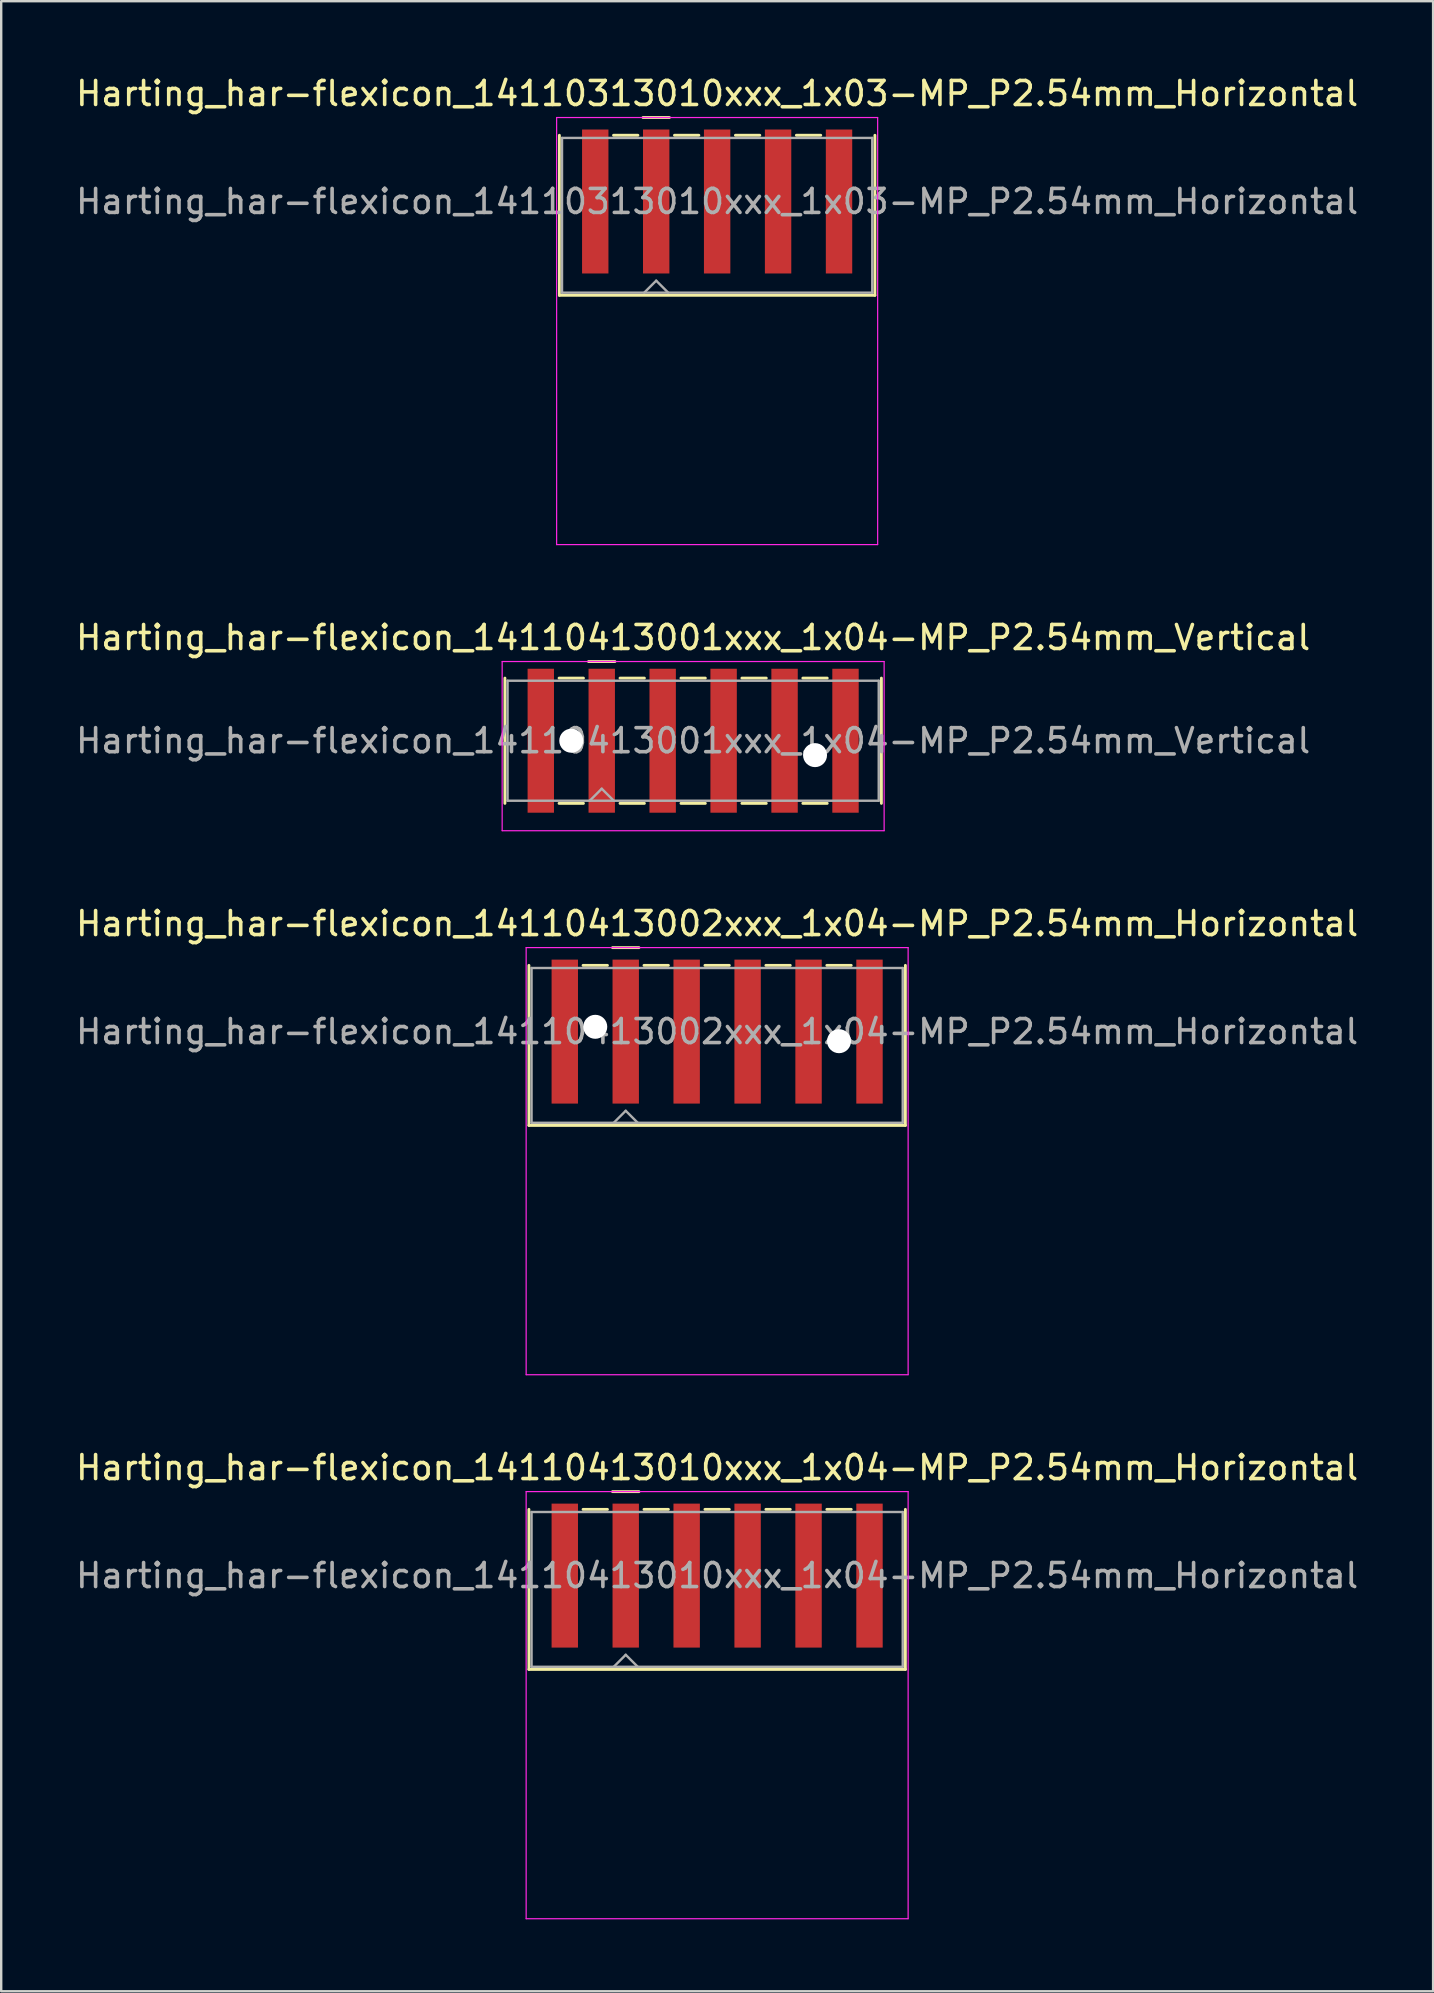
<source format=kicad_pcb>
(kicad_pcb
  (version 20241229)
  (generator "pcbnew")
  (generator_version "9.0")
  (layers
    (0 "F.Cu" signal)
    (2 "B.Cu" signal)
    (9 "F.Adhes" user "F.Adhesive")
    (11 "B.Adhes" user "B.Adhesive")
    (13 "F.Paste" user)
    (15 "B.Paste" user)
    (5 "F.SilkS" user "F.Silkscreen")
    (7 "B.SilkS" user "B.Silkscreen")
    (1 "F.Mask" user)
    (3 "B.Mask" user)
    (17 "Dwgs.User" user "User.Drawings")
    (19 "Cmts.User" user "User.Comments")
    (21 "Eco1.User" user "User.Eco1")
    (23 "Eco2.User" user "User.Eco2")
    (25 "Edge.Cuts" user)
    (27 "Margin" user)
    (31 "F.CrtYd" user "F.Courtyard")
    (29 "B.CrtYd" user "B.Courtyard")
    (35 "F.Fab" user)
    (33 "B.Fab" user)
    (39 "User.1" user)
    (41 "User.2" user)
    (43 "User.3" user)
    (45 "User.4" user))
  (footprint "Harting_har-flexicon_14110413010xxx_1x04-MP_P2.54mm_Horizontal"
    (layer "F.Cu")
    (at 26.839 63.918)
    (property "Reference" "Harting_har-flexicon_14110413010xxx_1x04-MP_P2.54mm_Horizontal" (at 0 -5.8 0) (layer "F.SilkS") (effects (font (size 1 1) (thickness 0.15))))
    (attr smd)
    (fp_line (start -7.845 -4.06) (end -7.845 2.61) (stroke (width 0.12) (type solid)) (layer "F.SilkS"))
    (fp_line (start -5.588 -4.06) (end -4.572 -4.06) (stroke (width 0.12) (type solid)) (layer "F.SilkS"))
    (fp_line (start -4.36 -4.8) (end -3.26 -4.8) (stroke (width 0.12) (type solid)) (layer "F.SilkS"))
    (fp_line (start -3.048 -4.06) (end -2.032 -4.06) (stroke (width 0.12) (type solid)) (layer "F.SilkS"))
    (fp_line (start -0.508 -4.06) (end 0.508 -4.06) (stroke (width 0.12) (type solid)) (layer "F.SilkS"))
    (fp_line (start 2.032 -4.06) (end 3.048 -4.06) (stroke (width 0.12) (type solid)) (layer "F.SilkS"))
    (fp_line (start 4.572 -4.06) (end 5.588 -4.06) (stroke (width 0.12) (type solid)) (layer "F.SilkS"))
    (fp_line (start 7.845 -4.06) (end 7.845 2.61) (stroke (width 0.12) (type solid)) (layer "F.SilkS"))
    (fp_line (start 7.845 2.61) (end -7.845 2.61) (stroke (width 0.12) (type solid)) (layer "F.SilkS"))
    (fp_line (start -7.96 -4.8) (end -7.96 13) (stroke (width 0.05) (type solid)) (layer "F.CrtYd"))
    (fp_line (start -7.96 13) (end 7.96 13) (stroke (width 0.05) (type solid)) (layer "F.CrtYd"))
    (fp_line (start 7.96 -4.8) (end -7.96 -4.8) (stroke (width 0.05) (type solid)) (layer "F.CrtYd"))
    (fp_line (start 7.96 13) (end 7.96 -4.8) (stroke (width 0.05) (type solid)) (layer "F.CrtYd"))
    (fp_line (start -7.735 -3.95) (end -7.735 2.5) (stroke (width 0.1) (type solid)) (layer "F.Fab"))
    (fp_line (start -7.735 2.5) (end 7.735 2.5) (stroke (width 0.1) (type solid)) (layer "F.Fab"))
    (fp_line (start -4.31 2.5) (end -3.81 2) (stroke (width 0.1) (type solid)) (layer "F.Fab"))
    (fp_line (start -3.81 2) (end -3.31 2.5) (stroke (width 0.1) (type solid)) (layer "F.Fab"))
    (fp_line (start 7.735 -3.95) (end -7.735 -3.95) (stroke (width 0.1) (type solid)) (layer "F.Fab"))
    (fp_line (start 7.735 2.5) (end 7.735 -3.95) (stroke (width 0.1) (type solid)) (layer "F.Fab"))
    (fp_text user "${REFERENCE}" (at 0 -1.3 0) (layer "F.Fab") (effects (font (size 1 1) (thickness 0.15))))
    (pad "1" smd rect (at -3.81 -1.3) (size 1.1 6) (layers "F.Cu" "F.Mask" "F.Paste"))
    (pad "2" smd rect (at -1.27 -1.3) (size 1.1 6) (layers "F.Cu" "F.Mask" "F.Paste"))
    (pad "3" smd rect (at 1.27 -1.3) (size 1.1 6) (layers "F.Cu" "F.Mask" "F.Paste"))
    (pad "4" smd rect (at 3.81 -1.3) (size 1.1 6) (layers "F.Cu" "F.Mask" "F.Paste"))
    (pad "MP" smd rect (at -6.35 -1.3) (size 1.1 6) (layers "F.Cu" "F.Mask" "F.Paste"))
    (pad "MP" smd rect (at 6.35 -1.3) (size 1.1 6) (layers "F.Cu" "F.Mask" "F.Paste")))
  (footprint "Harting_har-flexicon_14110313010xxx_1x03-MP_P2.54mm_Horizontal"
    (layer "F.Cu")
    (at 26.839 6.648)
    (property "Reference" "Harting_har-flexicon_14110313010xxx_1x03-MP_P2.54mm_Horizontal" (at 0 -5.8 0) (layer "F.SilkS") (effects (font (size 1 1) (thickness 0.15))))
    (attr smd)
    (fp_line (start -6.575 -4.06) (end -6.575 2.61) (stroke (width 0.12) (type solid)) (layer "F.SilkS"))
    (fp_line (start -4.318 -4.06) (end -3.302 -4.06) (stroke (width 0.12) (type solid)) (layer "F.SilkS"))
    (fp_line (start -3.09 -4.8) (end -1.99 -4.8) (stroke (width 0.12) (type solid)) (layer "F.SilkS"))
    (fp_line (start -1.778 -4.06) (end -0.762 -4.06) (stroke (width 0.12) (type solid)) (layer "F.SilkS"))
    (fp_line (start 0.762 -4.06) (end 1.778 -4.06) (stroke (width 0.12) (type solid)) (layer "F.SilkS"))
    (fp_line (start 3.302 -4.06) (end 4.318 -4.06) (stroke (width 0.12) (type solid)) (layer "F.SilkS"))
    (fp_line (start 6.575 -4.06) (end 6.575 2.61) (stroke (width 0.12) (type solid)) (layer "F.SilkS"))
    (fp_line (start 6.575 2.61) (end -6.575 2.61) (stroke (width 0.12) (type solid)) (layer "F.SilkS"))
    (fp_line (start -6.69 -4.8) (end -6.69 13) (stroke (width 0.05) (type solid)) (layer "F.CrtYd"))
    (fp_line (start -6.69 13) (end 6.69 13) (stroke (width 0.05) (type solid)) (layer "F.CrtYd"))
    (fp_line (start 6.69 -4.8) (end -6.69 -4.8) (stroke (width 0.05) (type solid)) (layer "F.CrtYd"))
    (fp_line (start 6.69 13) (end 6.69 -4.8) (stroke (width 0.05) (type solid)) (layer "F.CrtYd"))
    (fp_line (start -6.465 -3.95) (end -6.465 2.5) (stroke (width 0.1) (type solid)) (layer "F.Fab"))
    (fp_line (start -6.465 2.5) (end 6.465 2.5) (stroke (width 0.1) (type solid)) (layer "F.Fab"))
    (fp_line (start -3.04 2.5) (end -2.54 2) (stroke (width 0.1) (type solid)) (layer "F.Fab"))
    (fp_line (start -2.54 2) (end -2.04 2.5) (stroke (width 0.1) (type solid)) (layer "F.Fab"))
    (fp_line (start 6.465 -3.95) (end -6.465 -3.95) (stroke (width 0.1) (type solid)) (layer "F.Fab"))
    (fp_line (start 6.465 2.5) (end 6.465 -3.95) (stroke (width 0.1) (type solid)) (layer "F.Fab"))
    (fp_text user "${REFERENCE}" (at 0 -1.3 0) (layer "F.Fab") (effects (font (size 1 1) (thickness 0.15))))
    (pad "1" smd rect (at -2.54 -1.3) (size 1.1 6) (layers "F.Cu" "F.Mask" "F.Paste"))
    (pad "2" smd rect (at 0 -1.3) (size 1.1 6) (layers "F.Cu" "F.Mask" "F.Paste"))
    (pad "3" smd rect (at 2.54 -1.3) (size 1.1 6) (layers "F.Cu" "F.Mask" "F.Paste"))
    (pad "MP" smd rect (at -5.08 -1.3) (size 1.1 6) (layers "F.Cu" "F.Mask" "F.Paste"))
    (pad "MP" smd rect (at 5.08 -1.3) (size 1.1 6) (layers "F.Cu" "F.Mask" "F.Paste")))
  (footprint "Harting_har-flexicon_14110413002xxx_1x04-MP_P2.54mm_Horizontal"
    (layer "F.Cu")
    (at 26.839 41.245)
    (property "Reference" "Harting_har-flexicon_14110413002xxx_1x04-MP_P2.54mm_Horizontal" (at 0 -5.8 0) (layer "F.SilkS") (effects (font (size 1 1) (thickness 0.15))))
    (attr smd)
    (fp_line (start -7.845 -4.06) (end -7.845 2.61) (stroke (width 0.12) (type solid)) (layer "F.SilkS"))
    (fp_line (start -5.588 -4.06) (end -4.572 -4.06) (stroke (width 0.12) (type solid)) (layer "F.SilkS"))
    (fp_line (start -4.36 -4.8) (end -3.26 -4.8) (stroke (width 0.12) (type solid)) (layer "F.SilkS"))
    (fp_line (start -3.048 -4.06) (end -2.032 -4.06) (stroke (width 0.12) (type solid)) (layer "F.SilkS"))
    (fp_line (start -0.508 -4.06) (end 0.508 -4.06) (stroke (width 0.12) (type solid)) (layer "F.SilkS"))
    (fp_line (start 2.032 -4.06) (end 3.048 -4.06) (stroke (width 0.12) (type solid)) (layer "F.SilkS"))
    (fp_line (start 4.572 -4.06) (end 5.588 -4.06) (stroke (width 0.12) (type solid)) (layer "F.SilkS"))
    (fp_line (start 7.845 -4.06) (end 7.845 2.61) (stroke (width 0.12) (type solid)) (layer "F.SilkS"))
    (fp_line (start 7.845 2.61) (end -7.845 2.61) (stroke (width 0.12) (type solid)) (layer "F.SilkS"))
    (fp_line (start -7.96 -4.8) (end -7.96 13) (stroke (width 0.05) (type solid)) (layer "F.CrtYd"))
    (fp_line (start -7.96 13) (end 7.96 13) (stroke (width 0.05) (type solid)) (layer "F.CrtYd"))
    (fp_line (start 7.96 -4.8) (end -7.96 -4.8) (stroke (width 0.05) (type solid)) (layer "F.CrtYd"))
    (fp_line (start 7.96 13) (end 7.96 -4.8) (stroke (width 0.05) (type solid)) (layer "F.CrtYd"))
    (fp_line (start -7.735 -3.95) (end -7.735 2.5) (stroke (width 0.1) (type solid)) (layer "F.Fab"))
    (fp_line (start -7.735 2.5) (end 7.735 2.5) (stroke (width 0.1) (type solid)) (layer "F.Fab"))
    (fp_line (start -4.31 2.5) (end -3.81 2) (stroke (width 0.1) (type solid)) (layer "F.Fab"))
    (fp_line (start -3.81 2) (end -3.31 2.5) (stroke (width 0.1) (type solid)) (layer "F.Fab"))
    (fp_line (start 7.735 -3.95) (end -7.735 -3.95) (stroke (width 0.1) (type solid)) (layer "F.Fab"))
    (fp_line (start 7.735 2.5) (end 7.735 -3.95) (stroke (width 0.1) (type solid)) (layer "F.Fab"))
    (fp_text user "${REFERENCE}" (at 0 -1.3 0) (layer "F.Fab") (effects (font (size 1 1) (thickness 0.15))))
    (pad "" np_thru_hole circle (at -5.08 -1.5) (size 1 1) (drill 1) (layers "*.Cu" "*.Mask"))
    (pad "" np_thru_hole circle (at 5.08 -0.9) (size 1 1) (drill 1) (layers "*.Cu" "*.Mask"))
    (pad "1" smd rect (at -3.81 -1.3) (size 1.1 6) (layers "F.Cu" "F.Mask" "F.Paste"))
    (pad "2" smd rect (at -1.27 -1.3) (size 1.1 6) (layers "F.Cu" "F.Mask" "F.Paste"))
    (pad "3" smd rect (at 1.27 -1.3) (size 1.1 6) (layers "F.Cu" "F.Mask" "F.Paste"))
    (pad "4" smd rect (at 3.81 -1.3) (size 1.1 6) (layers "F.Cu" "F.Mask" "F.Paste"))
    (pad "MP" smd rect (at -6.35 -1.3) (size 1.1 6) (layers "F.Cu" "F.Mask" "F.Paste"))
    (pad "MP" smd rect (at 6.35 -1.3) (size 1.1 6) (layers "F.Cu" "F.Mask" "F.Paste")))
  (footprint "Harting_har-flexicon_14110413001xxx_1x04-MP_P2.54mm_Vertical"
    (layer "F.Cu")
    (at 25.839 27.822)
    (property "Reference" "Harting_har-flexicon_14110413001xxx_1x04-MP_P2.54mm_Vertical" (at 0 -4.3 0) (layer "F.SilkS") (effects (font (size 1 1) (thickness 0.15))))
    (attr smd)
    (fp_line (start -7.845 -2.61) (end -7.845 2.61) (stroke (width 0.12) (type solid)) (layer "F.SilkS"))
    (fp_line (start -5.588 -2.61) (end -4.572 -2.61) (stroke (width 0.12) (type solid)) (layer "F.SilkS"))
    (fp_line (start -5.588 2.61) (end -4.572 2.61) (stroke (width 0.12) (type solid)) (layer "F.SilkS"))
    (fp_line (start -4.36 -3.3) (end -3.26 -3.3) (stroke (width 0.12) (type solid)) (layer "F.SilkS"))
    (fp_line (start -3.048 -2.61) (end -2.032 -2.61) (stroke (width 0.12) (type solid)) (layer "F.SilkS"))
    (fp_line (start -3.048 2.61) (end -2.032 2.61) (stroke (width 0.12) (type solid)) (layer "F.SilkS"))
    (fp_line (start -0.508 -2.61) (end 0.508 -2.61) (stroke (width 0.12) (type solid)) (layer "F.SilkS"))
    (fp_line (start -0.508 2.61) (end 0.508 2.61) (stroke (width 0.12) (type solid)) (layer "F.SilkS"))
    (fp_line (start 2.032 -2.61) (end 3.048 -2.61) (stroke (width 0.12) (type solid)) (layer "F.SilkS"))
    (fp_line (start 2.032 2.61) (end 3.048 2.61) (stroke (width 0.12) (type solid)) (layer "F.SilkS"))
    (fp_line (start 4.572 -2.61) (end 5.588 -2.61) (stroke (width 0.12) (type solid)) (layer "F.SilkS"))
    (fp_line (start 4.572 2.61) (end 5.588 2.61) (stroke (width 0.12) (type solid)) (layer "F.SilkS"))
    (fp_line (start 7.845 -2.61) (end 7.845 2.61) (stroke (width 0.12) (type solid)) (layer "F.SilkS"))
    (fp_line (start -7.96 -3.3) (end -7.96 3.75) (stroke (width 0.05) (type solid)) (layer "F.CrtYd"))
    (fp_line (start -7.96 3.75) (end 7.96 3.75) (stroke (width 0.05) (type solid)) (layer "F.CrtYd"))
    (fp_line (start 7.96 -3.3) (end -7.96 -3.3) (stroke (width 0.05) (type solid)) (layer "F.CrtYd"))
    (fp_line (start 7.96 3.75) (end 7.96 -3.3) (stroke (width 0.05) (type solid)) (layer "F.CrtYd"))
    (fp_line (start -7.735 -2.5) (end -7.735 2.5) (stroke (width 0.1) (type solid)) (layer "F.Fab"))
    (fp_line (start -7.735 2.5) (end 7.735 2.5) (stroke (width 0.1) (type solid)) (layer "F.Fab"))
    (fp_line (start -4.31 2.5) (end -3.81 2) (stroke (width 0.1) (type solid)) (layer "F.Fab"))
    (fp_line (start -3.81 2) (end -3.31 2.5) (stroke (width 0.1) (type solid)) (layer "F.Fab"))
    (fp_line (start 7.735 -2.5) (end -7.735 -2.5) (stroke (width 0.1) (type solid)) (layer "F.Fab"))
    (fp_line (start 7.735 2.5) (end 7.735 -2.5) (stroke (width 0.1) (type solid)) (layer "F.Fab"))
    (fp_text user "${REFERENCE}" (at 0 0 0) (layer "F.Fab") (effects (font (size 1 1) (thickness 0.15))))
    (pad "" np_thru_hole circle (at -5.08 0) (size 1 1) (drill 1) (layers "*.Cu" "*.Mask"))
    (pad "" np_thru_hole circle (at 5.08 0.6) (size 1 1) (drill 1) (layers "*.Cu" "*.Mask"))
    (pad "1" smd rect (at -3.81 0) (size 1.1 6) (layers "F.Cu" "F.Mask" "F.Paste"))
    (pad "2" smd rect (at -1.27 0) (size 1.1 6) (layers "F.Cu" "F.Mask" "F.Paste"))
    (pad "3" smd rect (at 1.27 0) (size 1.1 6) (layers "F.Cu" "F.Mask" "F.Paste"))
    (pad "4" smd rect (at 3.81 0) (size 1.1 6) (layers "F.Cu" "F.Mask" "F.Paste"))
    (pad "MP" smd rect (at -6.35 0) (size 1.1 6) (layers "F.Cu" "F.Mask" "F.Paste"))
    (pad "MP" smd rect (at 6.35 0) (size 1.1 6) (layers "F.Cu" "F.Mask" "F.Paste")))
  (gr_rect
    (start -3 -3)
    (end 56.679 79.943)
    (stroke (width 0.1) (type default))
    (fill no)
    (layer "Edge.Cuts")))
</source>
